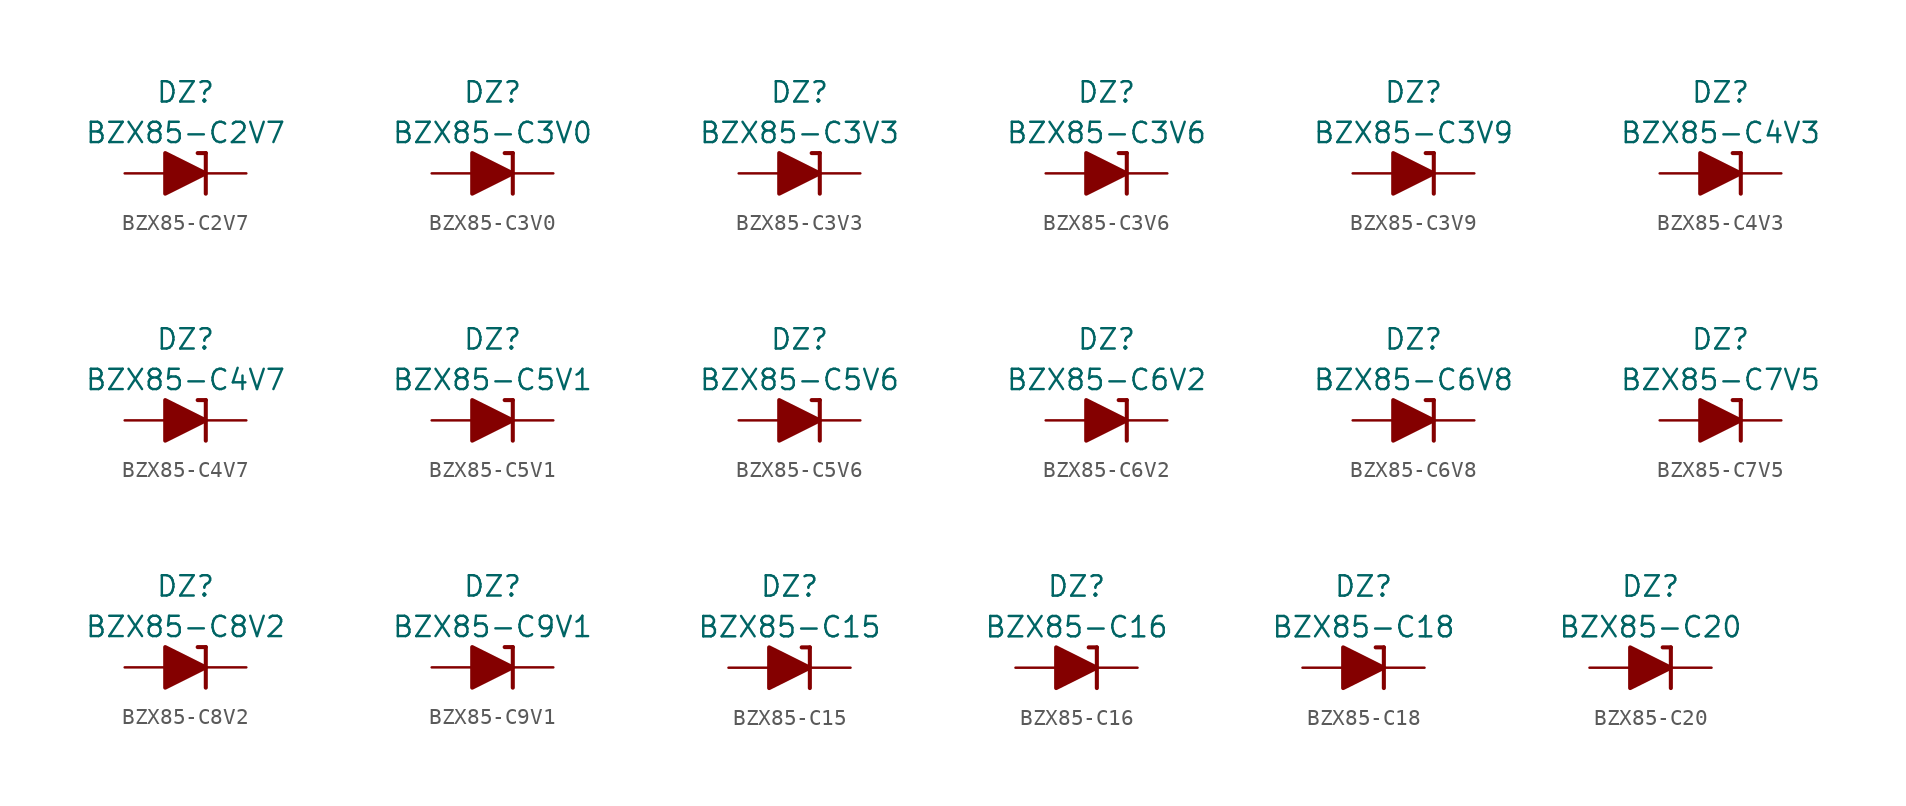
<source format=kicad_sym>
(kicad_symbol_lib
  (version 20211014)
  (generator kicad_symbol_editor)
  (symbol "BZX85-C2V7"
    (pin_numbers hide)
    (pin_names
      (offset 1.016) hide)
    (property "Reference" "DZ"
      (at 0 5.08 0)
      (effects (font (size 1.27 1.27))))
    (property "Value" "BZX85-C2V7"
      (at 0 2.54 0)
      (effects (font (size 1.27 1.27))))
    (symbol "BZX85-C2V7_0_1"
      (polyline (pts (xy -1.27 0) (xy 1.27 0)) (stroke (width 0) (type default) (color 0 0 0 0)) (fill (type none)))
      (polyline (pts (xy 1.27 1.27) (xy 0.762 1.27)) (stroke (width 0.254) (type default) (color 0 0 0 0)) (fill (type none)))
      (polyline (pts (xy 1.27 1.27) (xy 1.27 -1.27)) (stroke (width 0.254) (type default) (color 0 0 0 0)) (fill (type none)))
      (polyline (pts (xy -1.27 -1.27) (xy -1.27 1.27) (xy 1.27 0) (xy -1.27 -1.27)) (stroke (width 0.254) (type default) (color 0 0 0 0)) (fill (type outline))))
    (symbol "BZX85-C2V7_1_1"
      (pin passive line (at 3.81 0 180) (length 2.54) (name "K" (effects (font (size 1.27 1.27)))) (number "1" (effects (font (size 1.27 1.27)))))
      (pin passive line (at -3.81 0 0) (length 2.54) (name "A" (effects (font (size 1.27 1.27)))) (number "2" (effects (font (size 1.27 1.27)))))))
  (symbol "BZX85-C3V0"
    (pin_numbers hide)
    (pin_names
      (offset 1.016) hide)
    (property "Reference" "DZ"
      (at 0 5.08 0)
      (effects (font (size 1.27 1.27))))
    (property "Value" "BZX85-C3V0"
      (at 0 2.54 0)
      (effects (font (size 1.27 1.27))))
    (symbol "BZX85-C3V0_0_1"
      (polyline (pts (xy -1.27 0) (xy 1.27 0)) (stroke (width 0) (type default) (color 0 0 0 0)) (fill (type none)))
      (polyline (pts (xy 1.27 1.27) (xy 0.762 1.27)) (stroke (width 0.254) (type default) (color 0 0 0 0)) (fill (type none)))
      (polyline (pts (xy 1.27 1.27) (xy 1.27 -1.27)) (stroke (width 0.254) (type default) (color 0 0 0 0)) (fill (type none)))
      (polyline (pts (xy -1.27 -1.27) (xy -1.27 1.27) (xy 1.27 0) (xy -1.27 -1.27)) (stroke (width 0.254) (type default) (color 0 0 0 0)) (fill (type outline))))
    (symbol "BZX85-C3V0_1_1"
      (pin passive line (at 3.81 0 180) (length 2.54) (name "K" (effects (font (size 1.27 1.27)))) (number "1" (effects (font (size 1.27 1.27)))))
      (pin passive line (at -3.81 0 0) (length 2.54) (name "A" (effects (font (size 1.27 1.27)))) (number "2" (effects (font (size 1.27 1.27)))))))
  (symbol "BZX85-C3V3"
    (pin_numbers hide)
    (pin_names
      (offset 1.016) hide)
    (property "Reference" "DZ"
      (at 0 5.08 0)
      (effects (font (size 1.27 1.27))))
    (property "Value" "BZX85-C3V3"
      (at 0 2.54 0)
      (effects (font (size 1.27 1.27))))
    (symbol "BZX85-C3V3_0_1"
      (polyline (pts (xy -1.27 0) (xy 1.27 0)) (stroke (width 0) (type default) (color 0 0 0 0)) (fill (type none)))
      (polyline (pts (xy 1.27 1.27) (xy 0.762 1.27)) (stroke (width 0.254) (type default) (color 0 0 0 0)) (fill (type none)))
      (polyline (pts (xy 1.27 1.27) (xy 1.27 -1.27)) (stroke (width 0.254) (type default) (color 0 0 0 0)) (fill (type none)))
      (polyline (pts (xy -1.27 -1.27) (xy -1.27 1.27) (xy 1.27 0) (xy -1.27 -1.27)) (stroke (width 0.254) (type default) (color 0 0 0 0)) (fill (type outline))))
    (symbol "BZX85-C3V3_1_1"
      (pin passive line (at 3.81 0 180) (length 2.54) (name "K" (effects (font (size 1.27 1.27)))) (number "1" (effects (font (size 1.27 1.27)))))
      (pin passive line (at -3.81 0 0) (length 2.54) (name "A" (effects (font (size 1.27 1.27)))) (number "2" (effects (font (size 1.27 1.27)))))))
  (symbol "BZX85-C3V6"
    (pin_numbers hide)
    (pin_names
      (offset 1.016) hide)
    (property "Reference" "DZ"
      (at 0 5.08 0)
      (effects (font (size 1.27 1.27))))
    (property "Value" "BZX85-C3V6"
      (at 0 2.54 0)
      (effects (font (size 1.27 1.27))))
    (symbol "BZX85-C3V6_0_1"
      (polyline (pts (xy -1.27 0) (xy 1.27 0)) (stroke (width 0) (type default) (color 0 0 0 0)) (fill (type none)))
      (polyline (pts (xy 1.27 1.27) (xy 0.762 1.27)) (stroke (width 0.254) (type default) (color 0 0 0 0)) (fill (type none)))
      (polyline (pts (xy 1.27 1.27) (xy 1.27 -1.27)) (stroke (width 0.254) (type default) (color 0 0 0 0)) (fill (type none)))
      (polyline (pts (xy -1.27 -1.27) (xy -1.27 1.27) (xy 1.27 0) (xy -1.27 -1.27)) (stroke (width 0.254) (type default) (color 0 0 0 0)) (fill (type outline))))
    (symbol "BZX85-C3V6_1_1"
      (pin passive line (at 3.81 0 180) (length 2.54) (name "K" (effects (font (size 1.27 1.27)))) (number "1" (effects (font (size 1.27 1.27)))))
      (pin passive line (at -3.81 0 0) (length 2.54) (name "A" (effects (font (size 1.27 1.27)))) (number "2" (effects (font (size 1.27 1.27)))))))
  (symbol "BZX85-C3V9"
    (pin_numbers hide)
    (pin_names
      (offset 1.016) hide)
    (property "Reference" "DZ"
      (at 0 5.08 0)
      (effects (font (size 1.27 1.27))))
    (property "Value" "BZX85-C3V9"
      (at 0 2.54 0)
      (effects (font (size 1.27 1.27))))
    (symbol "BZX85-C3V9_0_1"
      (polyline (pts (xy -1.27 0) (xy 1.27 0)) (stroke (width 0) (type default) (color 0 0 0 0)) (fill (type none)))
      (polyline (pts (xy 1.27 1.27) (xy 0.762 1.27)) (stroke (width 0.254) (type default) (color 0 0 0 0)) (fill (type none)))
      (polyline (pts (xy 1.27 1.27) (xy 1.27 -1.27)) (stroke (width 0.254) (type default) (color 0 0 0 0)) (fill (type none)))
      (polyline (pts (xy -1.27 -1.27) (xy -1.27 1.27) (xy 1.27 0) (xy -1.27 -1.27)) (stroke (width 0.254) (type default) (color 0 0 0 0)) (fill (type outline))))
    (symbol "BZX85-C3V9_1_1"
      (pin passive line (at 3.81 0 180) (length 2.54) (name "K" (effects (font (size 1.27 1.27)))) (number "1" (effects (font (size 1.27 1.27)))))
      (pin passive line (at -3.81 0 0) (length 2.54) (name "A" (effects (font (size 1.27 1.27)))) (number "2" (effects (font (size 1.27 1.27)))))))
  (symbol "BZX85-C4V3"
    (pin_numbers hide)
    (pin_names
      (offset 1.016) hide)
    (property "Reference" "DZ"
      (at 0 5.08 0)
      (effects (font (size 1.27 1.27))))
    (property "Value" "BZX85-C4V3"
      (at 0 2.54 0)
      (effects (font (size 1.27 1.27))))
    (symbol "BZX85-C4V3_0_1"
      (polyline (pts (xy -1.27 0) (xy 1.27 0)) (stroke (width 0) (type default) (color 0 0 0 0)) (fill (type none)))
      (polyline (pts (xy 1.27 1.27) (xy 0.762 1.27)) (stroke (width 0.254) (type default) (color 0 0 0 0)) (fill (type none)))
      (polyline (pts (xy 1.27 1.27) (xy 1.27 -1.27)) (stroke (width 0.254) (type default) (color 0 0 0 0)) (fill (type none)))
      (polyline (pts (xy -1.27 -1.27) (xy -1.27 1.27) (xy 1.27 0) (xy -1.27 -1.27)) (stroke (width 0.254) (type default) (color 0 0 0 0)) (fill (type outline))))
    (symbol "BZX85-C4V3_1_1"
      (pin passive line (at 3.81 0 180) (length 2.54) (name "K" (effects (font (size 1.27 1.27)))) (number "1" (effects (font (size 1.27 1.27)))))
      (pin passive line (at -3.81 0 0) (length 2.54) (name "A" (effects (font (size 1.27 1.27)))) (number "2" (effects (font (size 1.27 1.27)))))))
  (symbol "BZX85-C4V7"
    (pin_numbers hide)
    (pin_names
      (offset 1.016) hide)
    (property "Reference" "DZ"
      (at 0 5.08 0)
      (effects (font (size 1.27 1.27))))
    (property "Value" "BZX85-C4V7"
      (at 0 2.54 0)
      (effects (font (size 1.27 1.27))))
    (symbol "BZX85-C4V7_0_1"
      (polyline (pts (xy -1.27 0) (xy 1.27 0)) (stroke (width 0) (type default) (color 0 0 0 0)) (fill (type none)))
      (polyline (pts (xy 1.27 1.27) (xy 0.762 1.27)) (stroke (width 0.254) (type default) (color 0 0 0 0)) (fill (type none)))
      (polyline (pts (xy 1.27 1.27) (xy 1.27 -1.27)) (stroke (width 0.254) (type default) (color 0 0 0 0)) (fill (type none)))
      (polyline (pts (xy -1.27 -1.27) (xy -1.27 1.27) (xy 1.27 0) (xy -1.27 -1.27)) (stroke (width 0.254) (type default) (color 0 0 0 0)) (fill (type outline))))
    (symbol "BZX85-C4V7_1_1"
      (pin passive line (at 3.81 0 180) (length 2.54) (name "K" (effects (font (size 1.27 1.27)))) (number "1" (effects (font (size 1.27 1.27)))))
      (pin passive line (at -3.81 0 0) (length 2.54) (name "A" (effects (font (size 1.27 1.27)))) (number "2" (effects (font (size 1.27 1.27)))))))
  (symbol "BZX85-C5V1"
    (pin_numbers hide)
    (pin_names
      (offset 1.016) hide)
    (property "Reference" "DZ"
      (at 0 5.08 0)
      (effects (font (size 1.27 1.27))))
    (property "Value" "BZX85-C5V1"
      (at 0 2.54 0)
      (effects (font (size 1.27 1.27))))
    (symbol "BZX85-C5V1_0_1"
      (polyline (pts (xy -1.27 0) (xy 1.27 0)) (stroke (width 0) (type default) (color 0 0 0 0)) (fill (type none)))
      (polyline (pts (xy 1.27 1.27) (xy 0.762 1.27)) (stroke (width 0.254) (type default) (color 0 0 0 0)) (fill (type none)))
      (polyline (pts (xy 1.27 1.27) (xy 1.27 -1.27)) (stroke (width 0.254) (type default) (color 0 0 0 0)) (fill (type none)))
      (polyline (pts (xy -1.27 -1.27) (xy -1.27 1.27) (xy 1.27 0) (xy -1.27 -1.27)) (stroke (width 0.254) (type default) (color 0 0 0 0)) (fill (type outline))))
    (symbol "BZX85-C5V1_1_1"
      (pin passive line (at 3.81 0 180) (length 2.54) (name "K" (effects (font (size 1.27 1.27)))) (number "1" (effects (font (size 1.27 1.27)))))
      (pin passive line (at -3.81 0 0) (length 2.54) (name "A" (effects (font (size 1.27 1.27)))) (number "2" (effects (font (size 1.27 1.27)))))))
  (symbol "BZX85-C5V6"
    (pin_numbers hide)
    (pin_names
      (offset 1.016) hide)
    (property "Reference" "DZ"
      (at 0 5.08 0)
      (effects (font (size 1.27 1.27))))
    (property "Value" "BZX85-C5V6"
      (at 0 2.54 0)
      (effects (font (size 1.27 1.27))))
    (symbol "BZX85-C5V6_0_1"
      (polyline (pts (xy -1.27 0) (xy 1.27 0)) (stroke (width 0) (type default) (color 0 0 0 0)) (fill (type none)))
      (polyline (pts (xy 1.27 1.27) (xy 0.762 1.27)) (stroke (width 0.254) (type default) (color 0 0 0 0)) (fill (type none)))
      (polyline (pts (xy 1.27 1.27) (xy 1.27 -1.27)) (stroke (width 0.254) (type default) (color 0 0 0 0)) (fill (type none)))
      (polyline (pts (xy -1.27 -1.27) (xy -1.27 1.27) (xy 1.27 0) (xy -1.27 -1.27)) (stroke (width 0.254) (type default) (color 0 0 0 0)) (fill (type outline))))
    (symbol "BZX85-C5V6_1_1"
      (pin passive line (at 3.81 0 180) (length 2.54) (name "K" (effects (font (size 1.27 1.27)))) (number "1" (effects (font (size 1.27 1.27)))))
      (pin passive line (at -3.81 0 0) (length 2.54) (name "A" (effects (font (size 1.27 1.27)))) (number "2" (effects (font (size 1.27 1.27)))))))
  (symbol "BZX85-C6V2"
    (pin_numbers hide)
    (pin_names
      (offset 1.016) hide)
    (property "Reference" "DZ"
      (at 0 5.08 0)
      (effects (font (size 1.27 1.27))))
    (property "Value" "BZX85-C6V2"
      (at 0 2.54 0)
      (effects (font (size 1.27 1.27))))
    (symbol "BZX85-C6V2_0_1"
      (polyline (pts (xy -1.27 0) (xy 1.27 0)) (stroke (width 0) (type default) (color 0 0 0 0)) (fill (type none)))
      (polyline (pts (xy 1.27 1.27) (xy 0.762 1.27)) (stroke (width 0.254) (type default) (color 0 0 0 0)) (fill (type none)))
      (polyline (pts (xy 1.27 1.27) (xy 1.27 -1.27)) (stroke (width 0.254) (type default) (color 0 0 0 0)) (fill (type none)))
      (polyline (pts (xy -1.27 -1.27) (xy -1.27 1.27) (xy 1.27 0) (xy -1.27 -1.27)) (stroke (width 0.254) (type default) (color 0 0 0 0)) (fill (type outline))))
    (symbol "BZX85-C6V2_1_1"
      (pin passive line (at 3.81 0 180) (length 2.54) (name "K" (effects (font (size 1.27 1.27)))) (number "1" (effects (font (size 1.27 1.27)))))
      (pin passive line (at -3.81 0 0) (length 2.54) (name "A" (effects (font (size 1.27 1.27)))) (number "2" (effects (font (size 1.27 1.27)))))))
  (symbol "BZX85-C6V8"
    (pin_numbers hide)
    (pin_names
      (offset 1.016) hide)
    (property "Reference" "DZ"
      (at 0 5.08 0)
      (effects (font (size 1.27 1.27))))
    (property "Value" "BZX85-C6V8"
      (at 0 2.54 0)
      (effects (font (size 1.27 1.27))))
    (symbol "BZX85-C6V8_0_1"
      (polyline (pts (xy -1.27 0) (xy 1.27 0)) (stroke (width 0) (type default) (color 0 0 0 0)) (fill (type none)))
      (polyline (pts (xy 1.27 1.27) (xy 0.762 1.27)) (stroke (width 0.254) (type default) (color 0 0 0 0)) (fill (type none)))
      (polyline (pts (xy 1.27 1.27) (xy 1.27 -1.27)) (stroke (width 0.254) (type default) (color 0 0 0 0)) (fill (type none)))
      (polyline (pts (xy -1.27 -1.27) (xy -1.27 1.27) (xy 1.27 0) (xy -1.27 -1.27)) (stroke (width 0.254) (type default) (color 0 0 0 0)) (fill (type outline))))
    (symbol "BZX85-C6V8_1_1"
      (pin passive line (at 3.81 0 180) (length 2.54) (name "K" (effects (font (size 1.27 1.27)))) (number "1" (effects (font (size 1.27 1.27)))))
      (pin passive line (at -3.81 0 0) (length 2.54) (name "A" (effects (font (size 1.27 1.27)))) (number "2" (effects (font (size 1.27 1.27)))))))
  (symbol "BZX85-C7V5"
    (pin_numbers hide)
    (pin_names
      (offset 1.016) hide)
    (property "Reference" "DZ"
      (at 0 5.08 0)
      (effects (font (size 1.27 1.27))))
    (property "Value" "BZX85-C7V5"
      (at 0 2.54 0)
      (effects (font (size 1.27 1.27))))
    (symbol "BZX85-C7V5_0_1"
      (polyline (pts (xy -1.27 0) (xy 1.27 0)) (stroke (width 0) (type default) (color 0 0 0 0)) (fill (type none)))
      (polyline (pts (xy 1.27 1.27) (xy 0.762 1.27)) (stroke (width 0.254) (type default) (color 0 0 0 0)) (fill (type none)))
      (polyline (pts (xy 1.27 1.27) (xy 1.27 -1.27)) (stroke (width 0.254) (type default) (color 0 0 0 0)) (fill (type none)))
      (polyline (pts (xy -1.27 -1.27) (xy -1.27 1.27) (xy 1.27 0) (xy -1.27 -1.27)) (stroke (width 0.254) (type default) (color 0 0 0 0)) (fill (type outline))))
    (symbol "BZX85-C7V5_1_1"
      (pin passive line (at 3.81 0 180) (length 2.54) (name "K" (effects (font (size 1.27 1.27)))) (number "1" (effects (font (size 1.27 1.27)))))
      (pin passive line (at -3.81 0 0) (length 2.54) (name "A" (effects (font (size 1.27 1.27)))) (number "2" (effects (font (size 1.27 1.27)))))))
  (symbol "BZX85-C8V2"
    (pin_numbers hide)
    (pin_names
      (offset 1.016) hide)
    (property "Reference" "DZ"
      (at 0 5.08 0)
      (effects (font (size 1.27 1.27))))
    (property "Value" "BZX85-C8V2"
      (at 0 2.54 0)
      (effects (font (size 1.27 1.27))))
    (symbol "BZX85-C8V2_0_1"
      (polyline (pts (xy -1.27 0) (xy 1.27 0)) (stroke (width 0) (type default) (color 0 0 0 0)) (fill (type none)))
      (polyline (pts (xy 1.27 1.27) (xy 0.762 1.27)) (stroke (width 0.254) (type default) (color 0 0 0 0)) (fill (type none)))
      (polyline (pts (xy 1.27 1.27) (xy 1.27 -1.27)) (stroke (width 0.254) (type default) (color 0 0 0 0)) (fill (type none)))
      (polyline (pts (xy -1.27 -1.27) (xy -1.27 1.27) (xy 1.27 0) (xy -1.27 -1.27)) (stroke (width 0.254) (type default) (color 0 0 0 0)) (fill (type outline))))
    (symbol "BZX85-C8V2_1_1"
      (pin passive line (at 3.81 0 180) (length 2.54) (name "K" (effects (font (size 1.27 1.27)))) (number "1" (effects (font (size 1.27 1.27)))))
      (pin passive line (at -3.81 0 0) (length 2.54) (name "A" (effects (font (size 1.27 1.27)))) (number "2" (effects (font (size 1.27 1.27)))))))
  (symbol "BZX85-C9V1"
    (pin_numbers hide)
    (pin_names
      (offset 1.016) hide)
    (property "Reference" "DZ"
      (at 0 5.08 0)
      (effects (font (size 1.27 1.27))))
    (property "Value" "BZX85-C9V1"
      (at 0 2.54 0)
      (effects (font (size 1.27 1.27))))
    (symbol "BZX85-C9V1_0_1"
      (polyline (pts (xy -1.27 0) (xy 1.27 0)) (stroke (width 0) (type default) (color 0 0 0 0)) (fill (type none)))
      (polyline (pts (xy 1.27 1.27) (xy 0.762 1.27)) (stroke (width 0.254) (type default) (color 0 0 0 0)) (fill (type none)))
      (polyline (pts (xy 1.27 1.27) (xy 1.27 -1.27)) (stroke (width 0.254) (type default) (color 0 0 0 0)) (fill (type none)))
      (polyline (pts (xy -1.27 -1.27) (xy -1.27 1.27) (xy 1.27 0) (xy -1.27 -1.27)) (stroke (width 0.254) (type default) (color 0 0 0 0)) (fill (type outline))))
    (symbol "BZX85-C9V1_1_1"
      (pin passive line (at 3.81 0 180) (length 2.54) (name "K" (effects (font (size 1.27 1.27)))) (number "1" (effects (font (size 1.27 1.27)))))
      (pin passive line (at -3.81 0 0) (length 2.54) (name "A" (effects (font (size 1.27 1.27)))) (number "2" (effects (font (size 1.27 1.27)))))))
  (symbol "BZX85-C15"
    (pin_numbers hide)
    (pin_names
      (offset 1.016) hide)
    (property "Reference" "DZ"
      (at 0 5.08 0)
      (effects (font (size 1.27 1.27))))
    (property "Value" "BZX85-C15"
      (at 0 2.54 0)
      (effects (font (size 1.27 1.27))))
    (symbol "BZX85-C15_0_1"
      (polyline (pts (xy -1.27 0) (xy 1.27 0)) (stroke (width 0) (type default) (color 0 0 0 0)) (fill (type none)))
      (polyline (pts (xy 1.27 1.27) (xy 0.762 1.27)) (stroke (width 0.254) (type default) (color 0 0 0 0)) (fill (type none)))
      (polyline (pts (xy 1.27 1.27) (xy 1.27 -1.27)) (stroke (width 0.254) (type default) (color 0 0 0 0)) (fill (type none)))
      (polyline (pts (xy -1.27 -1.27) (xy -1.27 1.27) (xy 1.27 0) (xy -1.27 -1.27)) (stroke (width 0.254) (type default) (color 0 0 0 0)) (fill (type outline))))
    (symbol "BZX85-C15_1_1"
      (pin passive line (at 3.81 0 180) (length 2.54) (name "K" (effects (font (size 1.27 1.27)))) (number "1" (effects (font (size 1.27 1.27)))))
      (pin passive line (at -3.81 0 0) (length 2.54) (name "A" (effects (font (size 1.27 1.27)))) (number "2" (effects (font (size 1.27 1.27)))))))
  (symbol "BZX85-C16"
    (pin_numbers hide)
    (pin_names
      (offset 1.016) hide)
    (property "Reference" "DZ"
      (at 0 5.08 0)
      (effects (font (size 1.27 1.27))))
    (property "Value" "BZX85-C16"
      (at 0 2.54 0)
      (effects (font (size 1.27 1.27))))
    (symbol "BZX85-C16_0_1"
      (polyline (pts (xy -1.27 0) (xy 1.27 0)) (stroke (width 0) (type default) (color 0 0 0 0)) (fill (type none)))
      (polyline (pts (xy 1.27 1.27) (xy 0.762 1.27)) (stroke (width 0.254) (type default) (color 0 0 0 0)) (fill (type none)))
      (polyline (pts (xy 1.27 1.27) (xy 1.27 -1.27)) (stroke (width 0.254) (type default) (color 0 0 0 0)) (fill (type none)))
      (polyline (pts (xy -1.27 -1.27) (xy -1.27 1.27) (xy 1.27 0) (xy -1.27 -1.27)) (stroke (width 0.254) (type default) (color 0 0 0 0)) (fill (type outline))))
    (symbol "BZX85-C16_1_1"
      (pin passive line (at 3.81 0 180) (length 2.54) (name "K" (effects (font (size 1.27 1.27)))) (number "1" (effects (font (size 1.27 1.27)))))
      (pin passive line (at -3.81 0 0) (length 2.54) (name "A" (effects (font (size 1.27 1.27)))) (number "2" (effects (font (size 1.27 1.27)))))))
  (symbol "BZX85-C18"
    (pin_numbers hide)
    (pin_names
      (offset 1.016) hide)
    (property "Reference" "DZ"
      (at 0 5.08 0)
      (effects (font (size 1.27 1.27))))
    (property "Value" "BZX85-C18"
      (at 0 2.54 0)
      (effects (font (size 1.27 1.27))))
    (symbol "BZX85-C18_0_1"
      (polyline (pts (xy -1.27 0) (xy 1.27 0)) (stroke (width 0) (type default) (color 0 0 0 0)) (fill (type none)))
      (polyline (pts (xy 1.27 1.27) (xy 0.762 1.27)) (stroke (width 0.254) (type default) (color 0 0 0 0)) (fill (type none)))
      (polyline (pts (xy 1.27 1.27) (xy 1.27 -1.27)) (stroke (width 0.254) (type default) (color 0 0 0 0)) (fill (type none)))
      (polyline (pts (xy -1.27 -1.27) (xy -1.27 1.27) (xy 1.27 0) (xy -1.27 -1.27)) (stroke (width 0.254) (type default) (color 0 0 0 0)) (fill (type outline))))
    (symbol "BZX85-C18_1_1"
      (pin passive line (at 3.81 0 180) (length 2.54) (name "K" (effects (font (size 1.27 1.27)))) (number "1" (effects (font (size 1.27 1.27)))))
      (pin passive line (at -3.81 0 0) (length 2.54) (name "A" (effects (font (size 1.27 1.27)))) (number "2" (effects (font (size 1.27 1.27)))))))
  (symbol "BZX85-C20"
    (pin_numbers hide)
    (pin_names
      (offset 1.016) hide)
    (property "Reference" "DZ"
      (at 0 5.08 0)
      (effects (font (size 1.27 1.27))))
    (property "Value" "BZX85-C20"
      (at 0 2.54 0)
      (effects (font (size 1.27 1.27))))
    (symbol "BZX85-C20_0_1"
      (polyline (pts (xy -1.27 0) (xy 1.27 0)) (stroke (width 0) (type default) (color 0 0 0 0)) (fill (type none)))
      (polyline (pts (xy 1.27 1.27) (xy 0.762 1.27)) (stroke (width 0.254) (type default) (color 0 0 0 0)) (fill (type none)))
      (polyline (pts (xy 1.27 1.27) (xy 1.27 -1.27)) (stroke (width 0.254) (type default) (color 0 0 0 0)) (fill (type none)))
      (polyline (pts (xy -1.27 -1.27) (xy -1.27 1.27) (xy 1.27 0) (xy -1.27 -1.27)) (stroke (width 0.254) (type default) (color 0 0 0 0)) (fill (type outline))))
    (symbol "BZX85-C20_1_1"
      (pin passive line (at 3.81 0 180) (length 2.54) (name "K" (effects (font (size 1.27 1.27)))) (number "1" (effects (font (size 1.27 1.27)))))
      (pin passive line (at -3.81 0 0) (length 2.54) (name "A" (effects (font (size 1.27 1.27)))) (number "2" (effects (font (size 1.27 1.27))))))))
</source>
